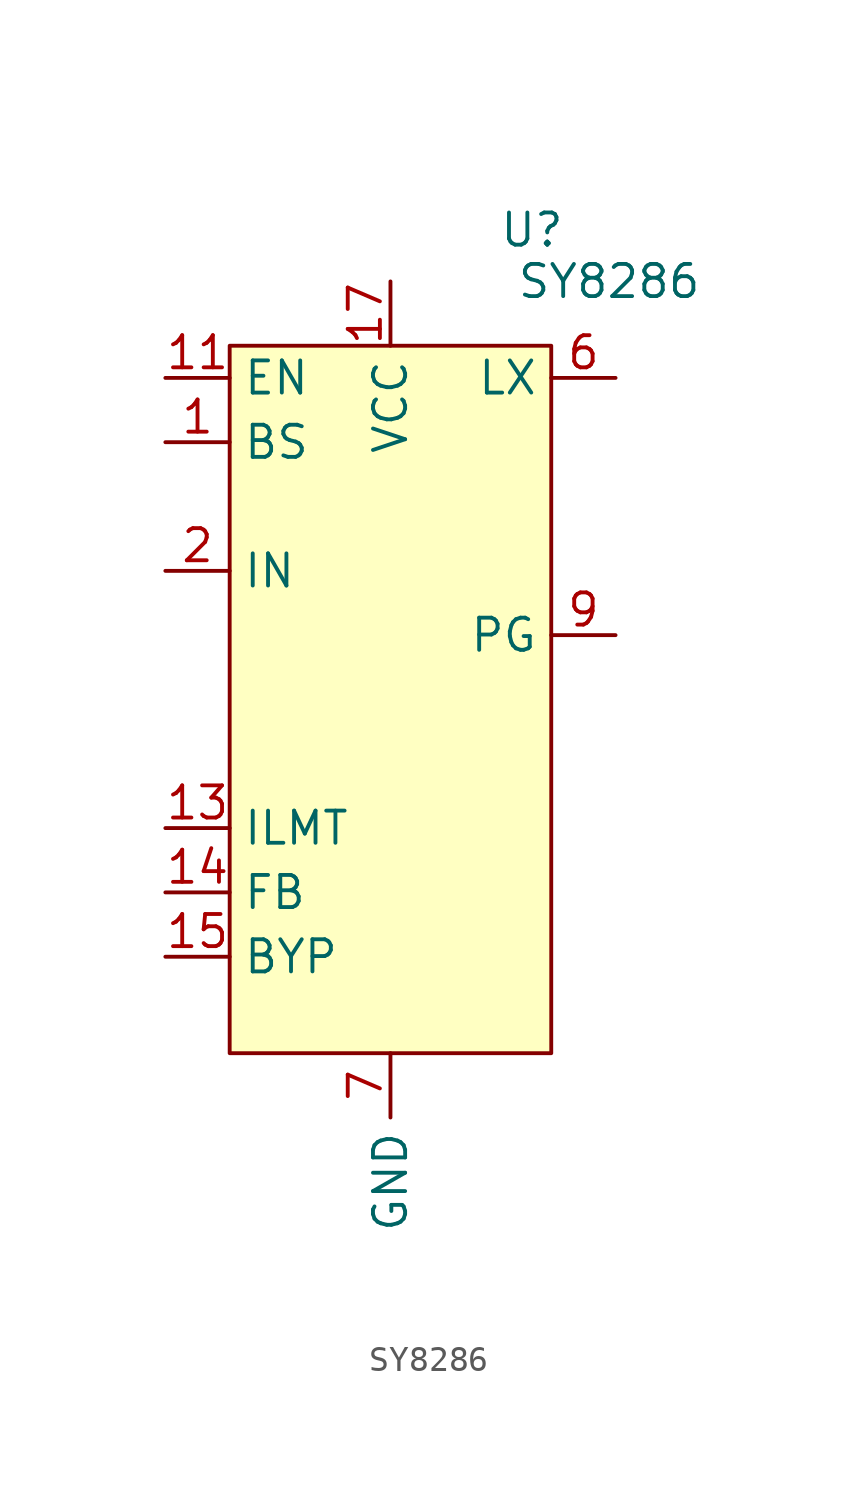
<source format=kicad_sym>
(kicad_symbol_lib
  (version 20231120)
  (generator "kicad_symbol_editor")
  (generator_version "8.0")
  (symbol "SY8286"
    (property "Reference" "U"
      (at 5.588 2.032 0)
      (effects (font (size 1.27 1.27))))
    (property "Value" "SY8286"
      (at 8.636 0 0)
      (effects (font (size 1.27 1.27))))
    (symbol "SY8286_1_1"
      (rectangle (start -6.35 -2.54) (end 6.35 -30.48) (stroke (width 0) (type default)) (fill (type background)))
      (pin input line (at -8.89 -6.35 0) (length 2.54) (name "BS" (effects (font (size 1.27 1.27)))) (number "1" (effects (font (size 1.27 1.27)))))
      (pin no_connect line (at 8.89 -16.51 180) (length 2.54) hide (name "NC" (effects (font (size 1.27 1.27)))) (number "10" (effects (font (size 1.27 1.27)))))
      (pin input line (at -8.89 -3.81 0) (length 2.54) (name "EN" (effects (font (size 1.27 1.27)))) (number "11" (effects (font (size 1.27 1.27)))))
      (pin no_connect line (at 8.89 -19.05 180) (length 2.54) hide (name "NC" (effects (font (size 1.27 1.27)))) (number "12" (effects (font (size 1.27 1.27)))))
      (pin output line (at -8.89 -21.59 0) (length 2.54) (name "ILMT" (effects (font (size 1.27 1.27)))) (number "13" (effects (font (size 1.27 1.27)))))
      (pin output line (at -8.89 -24.13 0) (length 2.54) (name "FB" (effects (font (size 1.27 1.27)))) (number "14" (effects (font (size 1.27 1.27)))))
      (pin output line (at -8.89 -26.67 0) (length 2.54) (name "BYP" (effects (font (size 1.27 1.27)))) (number "15" (effects (font (size 1.27 1.27)))))
      (pin no_connect line (at 8.89 -21.59 180) (length 2.54) hide (name "NC" (effects (font (size 1.27 1.27)))) (number "16" (effects (font (size 1.27 1.27)))))
      (pin power_in line (at 0 0 270) (length 2.54) (name "VCC" (effects (font (size 1.27 1.27)))) (number "17" (effects (font (size 1.27 1.27)))))
      (pin passive line (at 5.08 -30.48 270) (length 2.54) hide (name "GND" (effects (font (size 1.27 1.27)))) (number "18" (effects (font (size 1.27 1.27)))))
      (pin power_out line (at 8.89 -8.89 180) (length 2.54) hide (name "LX" (effects (font (size 1.27 1.27)))) (number "19" (effects (font (size 1.27 1.27)))))
      (pin unspecified line (at -8.89 -11.43 0) (length 2.54) (name "IN" (effects (font (size 1.27 1.27)))) (number "2" (effects (font (size 1.27 1.27)))))
      (pin power_out line (at 8.89 -6.35 180) (length 2.54) hide (name "LX" (effects (font (size 1.27 1.27)))) (number "20" (effects (font (size 1.27 1.27)))))
      (pin power_in line (at -8.89 -13.97 0) (length 2.54) hide (name "IN" (effects (font (size 1.27 1.27)))) (number "3" (effects (font (size 1.27 1.27)))))
      (pin power_in line (at -8.89 -16.51 0) (length 2.54) hide (name "IN" (effects (font (size 1.27 1.27)))) (number "4" (effects (font (size 1.27 1.27)))))
      (pin power_in line (at -8.89 -19.05 0) (length 2.54) hide (name "IN" (effects (font (size 1.27 1.27)))) (number "5" (effects (font (size 1.27 1.27)))))
      (pin power_out line (at 8.89 -3.81 180) (length 2.54) (name "LX" (effects (font (size 1.27 1.27)))) (number "6" (effects (font (size 1.27 1.27)))))
      (pin passive line (at 0 -30.48 270) (length 2.54) (name "GND" (effects (font (size 1.27 1.27)))) (number "7" (effects (font (size 1.27 1.27)))))
      (pin passive line (at 2.54 -30.48 270) (length 2.54) hide (name "GND" (effects (font (size 1.27 1.27)))) (number "8" (effects (font (size 1.27 1.27)))))
      (pin output line (at 8.89 -13.97 180) (length 2.54) (name "PG" (effects (font (size 1.27 1.27)))) (number "9" (effects (font (size 1.27 1.27))))))))
</source>
